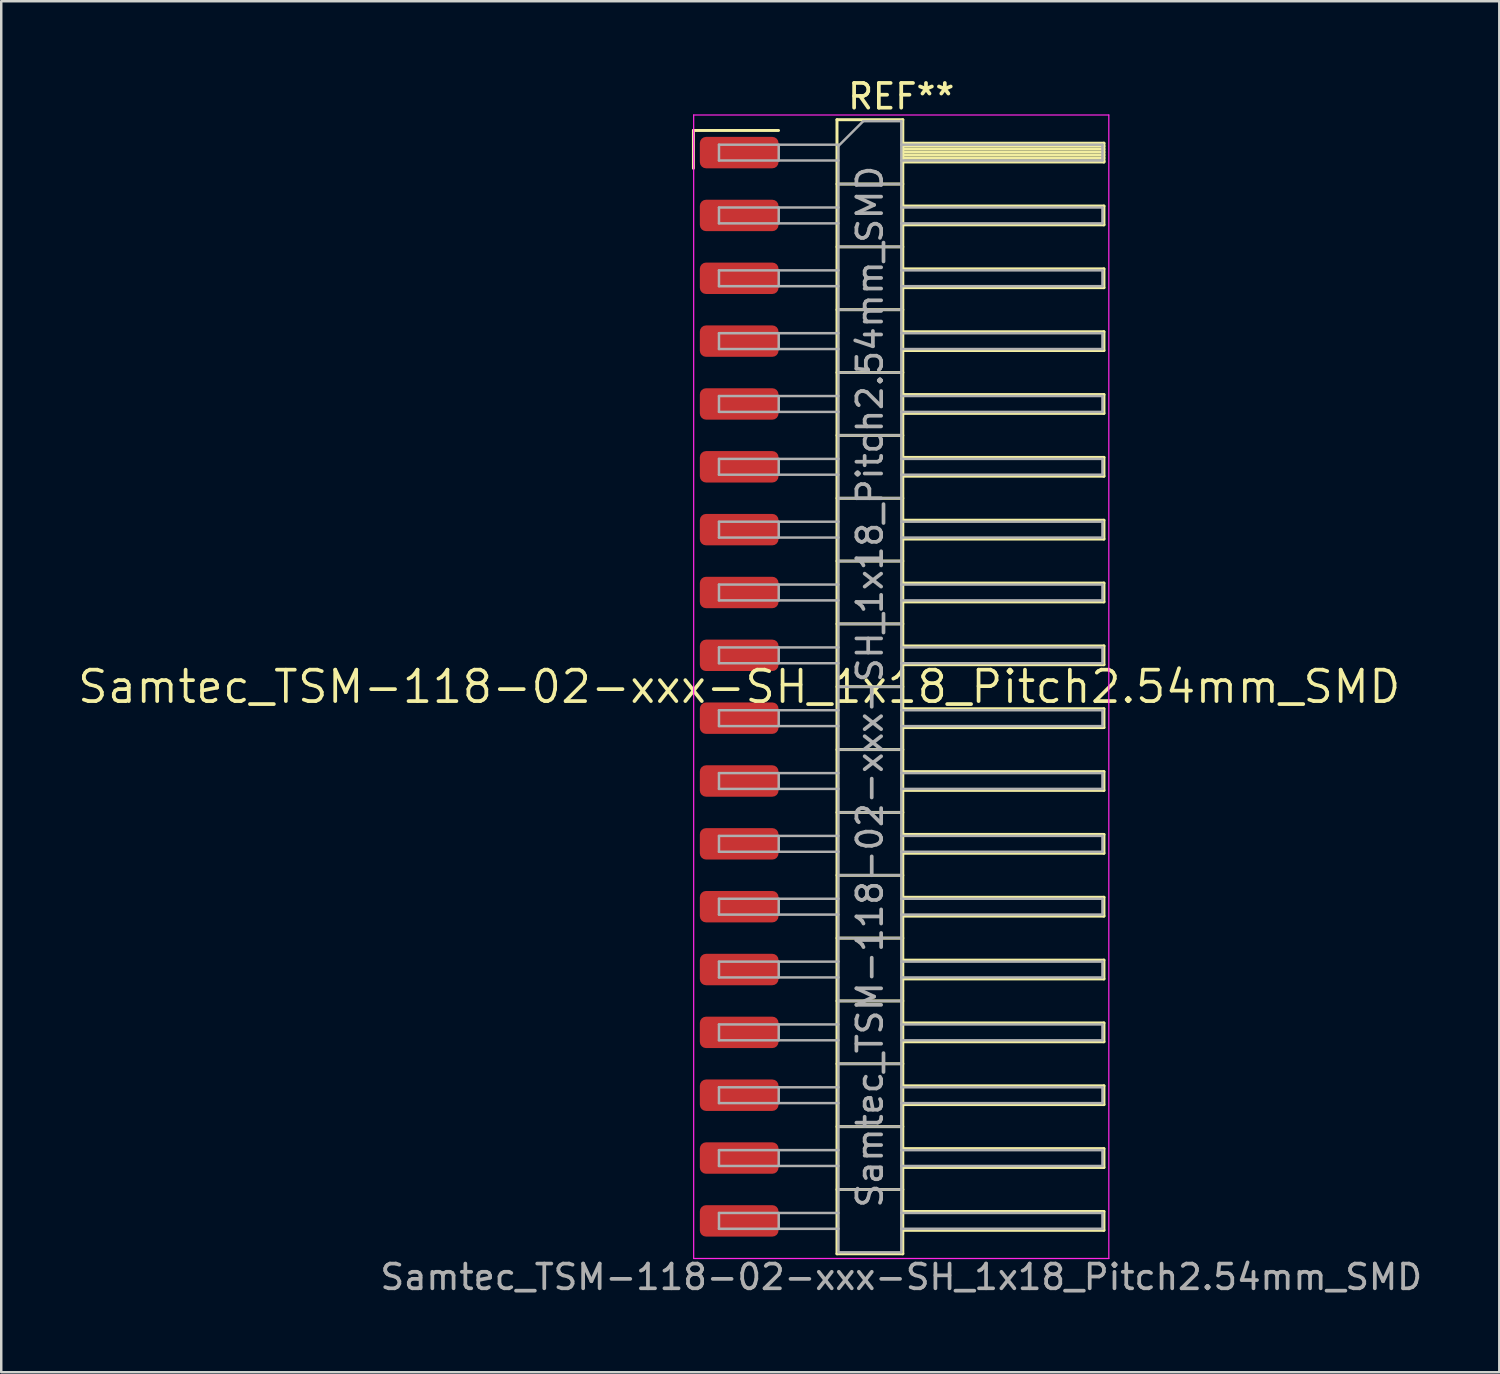
<source format=kicad_pcb>
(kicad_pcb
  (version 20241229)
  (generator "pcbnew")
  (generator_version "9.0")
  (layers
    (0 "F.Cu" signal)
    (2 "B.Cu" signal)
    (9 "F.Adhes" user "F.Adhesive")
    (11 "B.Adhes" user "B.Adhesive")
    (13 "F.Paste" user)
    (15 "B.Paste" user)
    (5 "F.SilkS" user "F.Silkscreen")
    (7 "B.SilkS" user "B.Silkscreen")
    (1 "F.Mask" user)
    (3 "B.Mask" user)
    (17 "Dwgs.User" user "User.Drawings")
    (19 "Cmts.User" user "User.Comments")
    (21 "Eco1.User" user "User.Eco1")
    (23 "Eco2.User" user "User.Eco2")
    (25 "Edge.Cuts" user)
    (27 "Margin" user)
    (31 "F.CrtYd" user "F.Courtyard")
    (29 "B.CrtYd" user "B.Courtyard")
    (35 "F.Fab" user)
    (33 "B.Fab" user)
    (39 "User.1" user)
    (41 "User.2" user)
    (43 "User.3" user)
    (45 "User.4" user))
  (footprint "Samtec_TSM-118-02-xxx-SH_1x18_Pitch2.54mm_SMD"
    (layer "F.Cu")
    (at 26.828 24.708)
    (property "Reference" "Samtec_TSM-118-02-xxx-SH_1x18_Pitch2.54mm_SMD" (at 0 0 0) (layer "F.SilkS") (effects (font (size 1.27 1.27) (thickness 0.15))))
    (attr smd)
    (fp_line (start -1.85 -22.485) (end 1.59 -22.485) (stroke (width 0.12) (type solid)) (layer "F.SilkS"))
    (fp_line (start -1.85 -20.955) (end -1.85 -22.485) (stroke (width 0.12) (type solid)) (layer "F.SilkS"))
    (fp_line (start 3.953 -22.92) (end 6.613 -22.92) (stroke (width 0.12) (type solid)) (layer "F.SilkS"))
    (fp_line (start 3.953 -20.32) (end 6.613 -20.32) (stroke (width 0.12) (type solid)) (layer "F.SilkS"))
    (fp_line (start 3.953 -17.78) (end 6.613 -17.78) (stroke (width 0.12) (type solid)) (layer "F.SilkS"))
    (fp_line (start 3.953 -15.24) (end 6.613 -15.24) (stroke (width 0.12) (type solid)) (layer "F.SilkS"))
    (fp_line (start 3.953 -12.7) (end 6.613 -12.7) (stroke (width 0.12) (type solid)) (layer "F.SilkS"))
    (fp_line (start 3.953 -10.16) (end 6.613 -10.16) (stroke (width 0.12) (type solid)) (layer "F.SilkS"))
    (fp_line (start 3.953 -7.62) (end 6.613 -7.62) (stroke (width 0.12) (type solid)) (layer "F.SilkS"))
    (fp_line (start 3.953 -5.08) (end 6.613 -5.08) (stroke (width 0.12) (type solid)) (layer "F.SilkS"))
    (fp_line (start 3.953 -2.54) (end 6.613 -2.54) (stroke (width 0.12) (type solid)) (layer "F.SilkS"))
    (fp_line (start 3.953 0) (end 6.613 0) (stroke (width 0.12) (type solid)) (layer "F.SilkS"))
    (fp_line (start 3.953 2.54) (end 6.613 2.54) (stroke (width 0.12) (type solid)) (layer "F.SilkS"))
    (fp_line (start 3.953 5.08) (end 6.613 5.08) (stroke (width 0.12) (type solid)) (layer "F.SilkS"))
    (fp_line (start 3.953 7.62) (end 6.613 7.62) (stroke (width 0.12) (type solid)) (layer "F.SilkS"))
    (fp_line (start 3.953 10.16) (end 6.613 10.16) (stroke (width 0.12) (type solid)) (layer "F.SilkS"))
    (fp_line (start 3.953 12.7) (end 6.613 12.7) (stroke (width 0.12) (type solid)) (layer "F.SilkS"))
    (fp_line (start 3.953 15.24) (end 6.613 15.24) (stroke (width 0.12) (type solid)) (layer "F.SilkS"))
    (fp_line (start 3.953 17.78) (end 6.613 17.78) (stroke (width 0.12) (type solid)) (layer "F.SilkS"))
    (fp_line (start 3.953 20.32) (end 6.613 20.32) (stroke (width 0.12) (type solid)) (layer "F.SilkS"))
    (fp_line (start 3.953 22.92) (end 3.953 -22.92) (stroke (width 0.12) (type solid)) (layer "F.SilkS"))
    (fp_line (start 6.613 -22.92) (end 6.613 22.92) (stroke (width 0.12) (type solid)) (layer "F.SilkS"))
    (fp_line (start 6.613 -21.97) (end 14.743 -21.97) (stroke (width 0.12) (type solid)) (layer "F.SilkS"))
    (fp_line (start 6.613 -21.85) (end 14.743 -21.85) (stroke (width 0.12) (type solid)) (layer "F.SilkS"))
    (fp_line (start 6.613 -21.73) (end 14.743 -21.73) (stroke (width 0.12) (type solid)) (layer "F.SilkS"))
    (fp_line (start 6.613 -21.61) (end 14.743 -21.61) (stroke (width 0.12) (type solid)) (layer "F.SilkS"))
    (fp_line (start 6.613 -21.49) (end 14.743 -21.49) (stroke (width 0.12) (type solid)) (layer "F.SilkS"))
    (fp_line (start 6.613 -21.37) (end 14.743 -21.37) (stroke (width 0.12) (type solid)) (layer "F.SilkS"))
    (fp_line (start 6.613 -21.25) (end 14.743 -21.25) (stroke (width 0.12) (type solid)) (layer "F.SilkS"))
    (fp_line (start 6.613 -21.21) (end 14.743 -21.21) (stroke (width 0.12) (type solid)) (layer "F.SilkS"))
    (fp_line (start 6.613 -19.43) (end 14.743 -19.43) (stroke (width 0.12) (type solid)) (layer "F.SilkS"))
    (fp_line (start 6.613 -18.67) (end 14.743 -18.67) (stroke (width 0.12) (type solid)) (layer "F.SilkS"))
    (fp_line (start 6.613 -16.89) (end 14.743 -16.89) (stroke (width 0.12) (type solid)) (layer "F.SilkS"))
    (fp_line (start 6.613 -16.13) (end 14.743 -16.13) (stroke (width 0.12) (type solid)) (layer "F.SilkS"))
    (fp_line (start 6.613 -14.35) (end 14.743 -14.35) (stroke (width 0.12) (type solid)) (layer "F.SilkS"))
    (fp_line (start 6.613 -13.59) (end 14.743 -13.59) (stroke (width 0.12) (type solid)) (layer "F.SilkS"))
    (fp_line (start 6.613 -11.81) (end 14.743 -11.81) (stroke (width 0.12) (type solid)) (layer "F.SilkS"))
    (fp_line (start 6.613 -11.05) (end 14.743 -11.05) (stroke (width 0.12) (type solid)) (layer "F.SilkS"))
    (fp_line (start 6.613 -9.27) (end 14.743 -9.27) (stroke (width 0.12) (type solid)) (layer "F.SilkS"))
    (fp_line (start 6.613 -8.51) (end 14.743 -8.51) (stroke (width 0.12) (type solid)) (layer "F.SilkS"))
    (fp_line (start 6.613 -6.73) (end 14.743 -6.73) (stroke (width 0.12) (type solid)) (layer "F.SilkS"))
    (fp_line (start 6.613 -5.97) (end 14.743 -5.97) (stroke (width 0.12) (type solid)) (layer "F.SilkS"))
    (fp_line (start 6.613 -4.19) (end 14.743 -4.19) (stroke (width 0.12) (type solid)) (layer "F.SilkS"))
    (fp_line (start 6.613 -3.43) (end 14.743 -3.43) (stroke (width 0.12) (type solid)) (layer "F.SilkS"))
    (fp_line (start 6.613 -1.65) (end 14.743 -1.65) (stroke (width 0.12) (type solid)) (layer "F.SilkS"))
    (fp_line (start 6.613 -0.89) (end 14.743 -0.89) (stroke (width 0.12) (type solid)) (layer "F.SilkS"))
    (fp_line (start 6.613 0.89) (end 14.743 0.89) (stroke (width 0.12) (type solid)) (layer "F.SilkS"))
    (fp_line (start 6.613 1.65) (end 14.743 1.65) (stroke (width 0.12) (type solid)) (layer "F.SilkS"))
    (fp_line (start 6.613 3.43) (end 14.743 3.43) (stroke (width 0.12) (type solid)) (layer "F.SilkS"))
    (fp_line (start 6.613 4.19) (end 14.743 4.19) (stroke (width 0.12) (type solid)) (layer "F.SilkS"))
    (fp_line (start 6.613 5.97) (end 14.743 5.97) (stroke (width 0.12) (type solid)) (layer "F.SilkS"))
    (fp_line (start 6.613 6.73) (end 14.743 6.73) (stroke (width 0.12) (type solid)) (layer "F.SilkS"))
    (fp_line (start 6.613 8.51) (end 14.743 8.51) (stroke (width 0.12) (type solid)) (layer "F.SilkS"))
    (fp_line (start 6.613 9.27) (end 14.743 9.27) (stroke (width 0.12) (type solid)) (layer "F.SilkS"))
    (fp_line (start 6.613 11.05) (end 14.743 11.05) (stroke (width 0.12) (type solid)) (layer "F.SilkS"))
    (fp_line (start 6.613 11.81) (end 14.743 11.81) (stroke (width 0.12) (type solid)) (layer "F.SilkS"))
    (fp_line (start 6.613 13.59) (end 14.743 13.59) (stroke (width 0.12) (type solid)) (layer "F.SilkS"))
    (fp_line (start 6.613 14.35) (end 14.743 14.35) (stroke (width 0.12) (type solid)) (layer "F.SilkS"))
    (fp_line (start 6.613 16.13) (end 14.743 16.13) (stroke (width 0.12) (type solid)) (layer "F.SilkS"))
    (fp_line (start 6.613 16.89) (end 14.743 16.89) (stroke (width 0.12) (type solid)) (layer "F.SilkS"))
    (fp_line (start 6.613 18.67) (end 14.743 18.67) (stroke (width 0.12) (type solid)) (layer "F.SilkS"))
    (fp_line (start 6.613 19.43) (end 14.743 19.43) (stroke (width 0.12) (type solid)) (layer "F.SilkS"))
    (fp_line (start 6.613 21.21) (end 14.743 21.21) (stroke (width 0.12) (type solid)) (layer "F.SilkS"))
    (fp_line (start 6.613 21.97) (end 14.743 21.97) (stroke (width 0.12) (type solid)) (layer "F.SilkS"))
    (fp_line (start 6.613 22.92) (end 3.953 22.92) (stroke (width 0.12) (type solid)) (layer "F.SilkS"))
    (fp_line (start 14.743 -21.97) (end 14.743 -21.21) (stroke (width 0.12) (type solid)) (layer "F.SilkS"))
    (fp_line (start 14.743 -19.43) (end 14.743 -18.67) (stroke (width 0.12) (type solid)) (layer "F.SilkS"))
    (fp_line (start 14.743 -16.89) (end 14.743 -16.13) (stroke (width 0.12) (type solid)) (layer "F.SilkS"))
    (fp_line (start 14.743 -14.35) (end 14.743 -13.59) (stroke (width 0.12) (type solid)) (layer "F.SilkS"))
    (fp_line (start 14.743 -11.81) (end 14.743 -11.05) (stroke (width 0.12) (type solid)) (layer "F.SilkS"))
    (fp_line (start 14.743 -9.27) (end 14.743 -8.51) (stroke (width 0.12) (type solid)) (layer "F.SilkS"))
    (fp_line (start 14.743 -6.73) (end 14.743 -5.97) (stroke (width 0.12) (type solid)) (layer "F.SilkS"))
    (fp_line (start 14.743 -4.19) (end 14.743 -3.43) (stroke (width 0.12) (type solid)) (layer "F.SilkS"))
    (fp_line (start 14.743 -1.65) (end 14.743 -0.89) (stroke (width 0.12) (type solid)) (layer "F.SilkS"))
    (fp_line (start 14.743 0.89) (end 14.743 1.65) (stroke (width 0.12) (type solid)) (layer "F.SilkS"))
    (fp_line (start 14.743 3.43) (end 14.743 4.19) (stroke (width 0.12) (type solid)) (layer "F.SilkS"))
    (fp_line (start 14.743 5.97) (end 14.743 6.73) (stroke (width 0.12) (type solid)) (layer "F.SilkS"))
    (fp_line (start 14.743 8.51) (end 14.743 9.27) (stroke (width 0.12) (type solid)) (layer "F.SilkS"))
    (fp_line (start 14.743 11.05) (end 14.743 11.81) (stroke (width 0.12) (type solid)) (layer "F.SilkS"))
    (fp_line (start 14.743 13.59) (end 14.743 14.35) (stroke (width 0.12) (type solid)) (layer "F.SilkS"))
    (fp_line (start 14.743 16.13) (end 14.743 16.89) (stroke (width 0.12) (type solid)) (layer "F.SilkS"))
    (fp_line (start 14.743 18.67) (end 14.743 19.43) (stroke (width 0.12) (type solid)) (layer "F.SilkS"))
    (fp_line (start 14.743 21.21) (end 14.743 21.97) (stroke (width 0.12) (type solid)) (layer "F.SilkS"))
    (fp_line (start -1.84 -23.11) (end 14.94 -23.11) (stroke (width 0.05) (type solid)) (layer "F.CrtYd"))
    (fp_line (start -1.84 23.11) (end -1.84 -23.11) (stroke (width 0.05) (type solid)) (layer "F.CrtYd"))
    (fp_line (start 14.94 -23.11) (end 14.94 23.11) (stroke (width 0.05) (type solid)) (layer "F.CrtYd"))
    (fp_line (start 14.94 23.11) (end -1.84 23.11) (stroke (width 0.05) (type solid)) (layer "F.CrtYd"))
    (fp_line (start -0.817 -21.91) (end -0.817 -21.27) (stroke (width 0.1) (type solid)) (layer "F.Fab"))
    (fp_line (start -0.817 -21.91) (end 4.013 -21.91) (stroke (width 0.1) (type solid)) (layer "F.Fab"))
    (fp_line (start -0.817 -21.27) (end 4.013 -21.27) (stroke (width 0.1) (type solid)) (layer "F.Fab"))
    (fp_line (start -0.817 -19.37) (end -0.817 -18.73) (stroke (width 0.1) (type solid)) (layer "F.Fab"))
    (fp_line (start -0.817 -19.37) (end 4.013 -19.37) (stroke (width 0.1) (type solid)) (layer "F.Fab"))
    (fp_line (start -0.817 -18.73) (end 4.013 -18.73) (stroke (width 0.1) (type solid)) (layer "F.Fab"))
    (fp_line (start -0.817 -16.83) (end -0.817 -16.19) (stroke (width 0.1) (type solid)) (layer "F.Fab"))
    (fp_line (start -0.817 -16.83) (end 4.013 -16.83) (stroke (width 0.1) (type solid)) (layer "F.Fab"))
    (fp_line (start -0.817 -16.19) (end 4.013 -16.19) (stroke (width 0.1) (type solid)) (layer "F.Fab"))
    (fp_line (start -0.817 -14.29) (end -0.817 -13.65) (stroke (width 0.1) (type solid)) (layer "F.Fab"))
    (fp_line (start -0.817 -14.29) (end 4.013 -14.29) (stroke (width 0.1) (type solid)) (layer "F.Fab"))
    (fp_line (start -0.817 -13.65) (end 4.013 -13.65) (stroke (width 0.1) (type solid)) (layer "F.Fab"))
    (fp_line (start -0.817 -11.75) (end -0.817 -11.11) (stroke (width 0.1) (type solid)) (layer "F.Fab"))
    (fp_line (start -0.817 -11.75) (end 4.013 -11.75) (stroke (width 0.1) (type solid)) (layer "F.Fab"))
    (fp_line (start -0.817 -11.11) (end 4.013 -11.11) (stroke (width 0.1) (type solid)) (layer "F.Fab"))
    (fp_line (start -0.817 -9.21) (end -0.817 -8.57) (stroke (width 0.1) (type solid)) (layer "F.Fab"))
    (fp_line (start -0.817 -9.21) (end 4.013 -9.21) (stroke (width 0.1) (type solid)) (layer "F.Fab"))
    (fp_line (start -0.817 -8.57) (end 4.013 -8.57) (stroke (width 0.1) (type solid)) (layer "F.Fab"))
    (fp_line (start -0.817 -6.67) (end -0.817 -6.03) (stroke (width 0.1) (type solid)) (layer "F.Fab"))
    (fp_line (start -0.817 -6.67) (end 4.013 -6.67) (stroke (width 0.1) (type solid)) (layer "F.Fab"))
    (fp_line (start -0.817 -6.03) (end 4.013 -6.03) (stroke (width 0.1) (type solid)) (layer "F.Fab"))
    (fp_line (start -0.817 -4.13) (end -0.817 -3.49) (stroke (width 0.1) (type solid)) (layer "F.Fab"))
    (fp_line (start -0.817 -4.13) (end 4.013 -4.13) (stroke (width 0.1) (type solid)) (layer "F.Fab"))
    (fp_line (start -0.817 -3.49) (end 4.013 -3.49) (stroke (width 0.1) (type solid)) (layer "F.Fab"))
    (fp_line (start -0.817 -1.59) (end -0.817 -0.95) (stroke (width 0.1) (type solid)) (layer "F.Fab"))
    (fp_line (start -0.817 -1.59) (end 4.013 -1.59) (stroke (width 0.1) (type solid)) (layer "F.Fab"))
    (fp_line (start -0.817 -0.95) (end 4.013 -0.95) (stroke (width 0.1) (type solid)) (layer "F.Fab"))
    (fp_line (start -0.817 0.95) (end -0.817 1.59) (stroke (width 0.1) (type solid)) (layer "F.Fab"))
    (fp_line (start -0.817 0.95) (end 4.013 0.95) (stroke (width 0.1) (type solid)) (layer "F.Fab"))
    (fp_line (start -0.817 1.59) (end 4.013 1.59) (stroke (width 0.1) (type solid)) (layer "F.Fab"))
    (fp_line (start -0.817 3.49) (end -0.817 4.13) (stroke (width 0.1) (type solid)) (layer "F.Fab"))
    (fp_line (start -0.817 3.49) (end 4.013 3.49) (stroke (width 0.1) (type solid)) (layer "F.Fab"))
    (fp_line (start -0.817 4.13) (end 4.013 4.13) (stroke (width 0.1) (type solid)) (layer "F.Fab"))
    (fp_line (start -0.817 6.03) (end -0.817 6.67) (stroke (width 0.1) (type solid)) (layer "F.Fab"))
    (fp_line (start -0.817 6.03) (end 4.013 6.03) (stroke (width 0.1) (type solid)) (layer "F.Fab"))
    (fp_line (start -0.817 6.67) (end 4.013 6.67) (stroke (width 0.1) (type solid)) (layer "F.Fab"))
    (fp_line (start -0.817 8.57) (end -0.817 9.21) (stroke (width 0.1) (type solid)) (layer "F.Fab"))
    (fp_line (start -0.817 8.57) (end 4.013 8.57) (stroke (width 0.1) (type solid)) (layer "F.Fab"))
    (fp_line (start -0.817 9.21) (end 4.013 9.21) (stroke (width 0.1) (type solid)) (layer "F.Fab"))
    (fp_line (start -0.817 11.11) (end -0.817 11.75) (stroke (width 0.1) (type solid)) (layer "F.Fab"))
    (fp_line (start -0.817 11.11) (end 4.013 11.11) (stroke (width 0.1) (type solid)) (layer "F.Fab"))
    (fp_line (start -0.817 11.75) (end 4.013 11.75) (stroke (width 0.1) (type solid)) (layer "F.Fab"))
    (fp_line (start -0.817 13.65) (end -0.817 14.29) (stroke (width 0.1) (type solid)) (layer "F.Fab"))
    (fp_line (start -0.817 13.65) (end 4.013 13.65) (stroke (width 0.1) (type solid)) (layer "F.Fab"))
    (fp_line (start -0.817 14.29) (end 4.013 14.29) (stroke (width 0.1) (type solid)) (layer "F.Fab"))
    (fp_line (start -0.817 16.19) (end -0.817 16.83) (stroke (width 0.1) (type solid)) (layer "F.Fab"))
    (fp_line (start -0.817 16.19) (end 4.013 16.19) (stroke (width 0.1) (type solid)) (layer "F.Fab"))
    (fp_line (start -0.817 16.83) (end 4.013 16.83) (stroke (width 0.1) (type solid)) (layer "F.Fab"))
    (fp_line (start -0.817 18.73) (end -0.817 19.37) (stroke (width 0.1) (type solid)) (layer "F.Fab"))
    (fp_line (start -0.817 18.73) (end 4.013 18.73) (stroke (width 0.1) (type solid)) (layer "F.Fab"))
    (fp_line (start -0.817 19.37) (end 4.013 19.37) (stroke (width 0.1) (type solid)) (layer "F.Fab"))
    (fp_line (start -0.817 21.27) (end -0.817 21.91) (stroke (width 0.1) (type solid)) (layer "F.Fab"))
    (fp_line (start -0.817 21.27) (end 4.013 21.27) (stroke (width 0.1) (type solid)) (layer "F.Fab"))
    (fp_line (start -0.817 21.91) (end 4.013 21.91) (stroke (width 0.1) (type solid)) (layer "F.Fab"))
    (fp_line (start 1.598 -21.91) (end 1.598 -21.27) (stroke (width 0.1) (type solid)) (layer "F.Fab"))
    (fp_line (start 1.598 -19.37) (end 1.598 -18.73) (stroke (width 0.1) (type solid)) (layer "F.Fab"))
    (fp_line (start 1.598 -16.83) (end 1.598 -16.19) (stroke (width 0.1) (type solid)) (layer "F.Fab"))
    (fp_line (start 1.598 -14.29) (end 1.598 -13.65) (stroke (width 0.1) (type solid)) (layer "F.Fab"))
    (fp_line (start 1.598 -11.75) (end 1.598 -11.11) (stroke (width 0.1) (type solid)) (layer "F.Fab"))
    (fp_line (start 1.598 -9.21) (end 1.598 -8.57) (stroke (width 0.1) (type solid)) (layer "F.Fab"))
    (fp_line (start 1.598 -6.67) (end 1.598 -6.03) (stroke (width 0.1) (type solid)) (layer "F.Fab"))
    (fp_line (start 1.598 -4.13) (end 1.598 -3.49) (stroke (width 0.1) (type solid)) (layer "F.Fab"))
    (fp_line (start 1.598 -1.59) (end 1.598 -0.95) (stroke (width 0.1) (type solid)) (layer "F.Fab"))
    (fp_line (start 1.598 0.95) (end 1.598 1.59) (stroke (width 0.1) (type solid)) (layer "F.Fab"))
    (fp_line (start 1.598 3.49) (end 1.598 4.13) (stroke (width 0.1) (type solid)) (layer "F.Fab"))
    (fp_line (start 1.598 6.03) (end 1.598 6.67) (stroke (width 0.1) (type solid)) (layer "F.Fab"))
    (fp_line (start 1.598 8.57) (end 1.598 9.21) (stroke (width 0.1) (type solid)) (layer "F.Fab"))
    (fp_line (start 1.598 11.11) (end 1.598 11.75) (stroke (width 0.1) (type solid)) (layer "F.Fab"))
    (fp_line (start 1.598 13.65) (end 1.598 14.29) (stroke (width 0.1) (type solid)) (layer "F.Fab"))
    (fp_line (start 1.598 16.19) (end 1.598 16.83) (stroke (width 0.1) (type solid)) (layer "F.Fab"))
    (fp_line (start 1.598 18.73) (end 1.598 19.37) (stroke (width 0.1) (type solid)) (layer "F.Fab"))
    (fp_line (start 1.598 21.27) (end 1.598 21.91) (stroke (width 0.1) (type solid)) (layer "F.Fab"))
    (fp_line (start 4.013 -21.86) (end 5.013 -22.86) (stroke (width 0.1) (type solid)) (layer "F.Fab"))
    (fp_line (start 4.013 -20.32) (end 6.553 -20.32) (stroke (width 0.1) (type solid)) (layer "F.Fab"))
    (fp_line (start 4.013 -17.78) (end 6.553 -17.78) (stroke (width 0.1) (type solid)) (layer "F.Fab"))
    (fp_line (start 4.013 -15.24) (end 6.553 -15.24) (stroke (width 0.1) (type solid)) (layer "F.Fab"))
    (fp_line (start 4.013 -12.7) (end 6.553 -12.7) (stroke (width 0.1) (type solid)) (layer "F.Fab"))
    (fp_line (start 4.013 -10.16) (end 6.553 -10.16) (stroke (width 0.1) (type solid)) (layer "F.Fab"))
    (fp_line (start 4.013 -7.62) (end 6.553 -7.62) (stroke (width 0.1) (type solid)) (layer "F.Fab"))
    (fp_line (start 4.013 -5.08) (end 6.553 -5.08) (stroke (width 0.1) (type solid)) (layer "F.Fab"))
    (fp_line (start 4.013 -2.54) (end 6.553 -2.54) (stroke (width 0.1) (type solid)) (layer "F.Fab"))
    (fp_line (start 4.013 0) (end 6.553 0) (stroke (width 0.1) (type solid)) (layer "F.Fab"))
    (fp_line (start 4.013 2.54) (end 6.553 2.54) (stroke (width 0.1) (type solid)) (layer "F.Fab"))
    (fp_line (start 4.013 5.08) (end 6.553 5.08) (stroke (width 0.1) (type solid)) (layer "F.Fab"))
    (fp_line (start 4.013 7.62) (end 6.553 7.62) (stroke (width 0.1) (type solid)) (layer "F.Fab"))
    (fp_line (start 4.013 10.16) (end 6.553 10.16) (stroke (width 0.1) (type solid)) (layer "F.Fab"))
    (fp_line (start 4.013 12.7) (end 6.553 12.7) (stroke (width 0.1) (type solid)) (layer "F.Fab"))
    (fp_line (start 4.013 15.24) (end 6.553 15.24) (stroke (width 0.1) (type solid)) (layer "F.Fab"))
    (fp_line (start 4.013 17.78) (end 6.553 17.78) (stroke (width 0.1) (type solid)) (layer "F.Fab"))
    (fp_line (start 4.013 20.32) (end 6.553 20.32) (stroke (width 0.1) (type solid)) (layer "F.Fab"))
    (fp_line (start 4.013 22.86) (end 4.013 -21.86) (stroke (width 0.1) (type solid)) (layer "F.Fab"))
    (fp_line (start 5.013 -22.86) (end 6.553 -22.86) (stroke (width 0.1) (type solid)) (layer "F.Fab"))
    (fp_line (start 6.553 -22.86) (end 6.553 22.86) (stroke (width 0.1) (type solid)) (layer "F.Fab"))
    (fp_line (start 6.553 -21.91) (end 14.683 -21.91) (stroke (width 0.1) (type solid)) (layer "F.Fab"))
    (fp_line (start 6.553 -21.27) (end 14.683 -21.27) (stroke (width 0.1) (type solid)) (layer "F.Fab"))
    (fp_line (start 6.553 -19.37) (end 14.683 -19.37) (stroke (width 0.1) (type solid)) (layer "F.Fab"))
    (fp_line (start 6.553 -18.73) (end 14.683 -18.73) (stroke (width 0.1) (type solid)) (layer "F.Fab"))
    (fp_line (start 6.553 -16.83) (end 14.683 -16.83) (stroke (width 0.1) (type solid)) (layer "F.Fab"))
    (fp_line (start 6.553 -16.19) (end 14.683 -16.19) (stroke (width 0.1) (type solid)) (layer "F.Fab"))
    (fp_line (start 6.553 -14.29) (end 14.683 -14.29) (stroke (width 0.1) (type solid)) (layer "F.Fab"))
    (fp_line (start 6.553 -13.65) (end 14.683 -13.65) (stroke (width 0.1) (type solid)) (layer "F.Fab"))
    (fp_line (start 6.553 -11.75) (end 14.683 -11.75) (stroke (width 0.1) (type solid)) (layer "F.Fab"))
    (fp_line (start 6.553 -11.11) (end 14.683 -11.11) (stroke (width 0.1) (type solid)) (layer "F.Fab"))
    (fp_line (start 6.553 -9.21) (end 14.683 -9.21) (stroke (width 0.1) (type solid)) (layer "F.Fab"))
    (fp_line (start 6.553 -8.57) (end 14.683 -8.57) (stroke (width 0.1) (type solid)) (layer "F.Fab"))
    (fp_line (start 6.553 -6.67) (end 14.683 -6.67) (stroke (width 0.1) (type solid)) (layer "F.Fab"))
    (fp_line (start 6.553 -6.03) (end 14.683 -6.03) (stroke (width 0.1) (type solid)) (layer "F.Fab"))
    (fp_line (start 6.553 -4.13) (end 14.683 -4.13) (stroke (width 0.1) (type solid)) (layer "F.Fab"))
    (fp_line (start 6.553 -3.49) (end 14.683 -3.49) (stroke (width 0.1) (type solid)) (layer "F.Fab"))
    (fp_line (start 6.553 -1.59) (end 14.683 -1.59) (stroke (width 0.1) (type solid)) (layer "F.Fab"))
    (fp_line (start 6.553 -0.95) (end 14.683 -0.95) (stroke (width 0.1) (type solid)) (layer "F.Fab"))
    (fp_line (start 6.553 0.95) (end 14.683 0.95) (stroke (width 0.1) (type solid)) (layer "F.Fab"))
    (fp_line (start 6.553 1.59) (end 14.683 1.59) (stroke (width 0.1) (type solid)) (layer "F.Fab"))
    (fp_line (start 6.553 3.49) (end 14.683 3.49) (stroke (width 0.1) (type solid)) (layer "F.Fab"))
    (fp_line (start 6.553 4.13) (end 14.683 4.13) (stroke (width 0.1) (type solid)) (layer "F.Fab"))
    (fp_line (start 6.553 6.03) (end 14.683 6.03) (stroke (width 0.1) (type solid)) (layer "F.Fab"))
    (fp_line (start 6.553 6.67) (end 14.683 6.67) (stroke (width 0.1) (type solid)) (layer "F.Fab"))
    (fp_line (start 6.553 8.57) (end 14.683 8.57) (stroke (width 0.1) (type solid)) (layer "F.Fab"))
    (fp_line (start 6.553 9.21) (end 14.683 9.21) (stroke (width 0.1) (type solid)) (layer "F.Fab"))
    (fp_line (start 6.553 11.11) (end 14.683 11.11) (stroke (width 0.1) (type solid)) (layer "F.Fab"))
    (fp_line (start 6.553 11.75) (end 14.683 11.75) (stroke (width 0.1) (type solid)) (layer "F.Fab"))
    (fp_line (start 6.553 13.65) (end 14.683 13.65) (stroke (width 0.1) (type solid)) (layer "F.Fab"))
    (fp_line (start 6.553 14.29) (end 14.683 14.29) (stroke (width 0.1) (type solid)) (layer "F.Fab"))
    (fp_line (start 6.553 16.19) (end 14.683 16.19) (stroke (width 0.1) (type solid)) (layer "F.Fab"))
    (fp_line (start 6.553 16.83) (end 14.683 16.83) (stroke (width 0.1) (type solid)) (layer "F.Fab"))
    (fp_line (start 6.553 18.73) (end 14.683 18.73) (stroke (width 0.1) (type solid)) (layer "F.Fab"))
    (fp_line (start 6.553 19.37) (end 14.683 19.37) (stroke (width 0.1) (type solid)) (layer "F.Fab"))
    (fp_line (start 6.553 21.27) (end 14.683 21.27) (stroke (width 0.1) (type solid)) (layer "F.Fab"))
    (fp_line (start 6.553 21.91) (end 14.683 21.91) (stroke (width 0.1) (type solid)) (layer "F.Fab"))
    (fp_line (start 6.553 22.86) (end 4.013 22.86) (stroke (width 0.1) (type solid)) (layer "F.Fab"))
    (fp_line (start 14.683 -21.91) (end 14.683 -21.27) (stroke (width 0.1) (type solid)) (layer "F.Fab"))
    (fp_line (start 14.683 -19.37) (end 14.683 -18.73) (stroke (width 0.1) (type solid)) (layer "F.Fab"))
    (fp_line (start 14.683 -16.83) (end 14.683 -16.19) (stroke (width 0.1) (type solid)) (layer "F.Fab"))
    (fp_line (start 14.683 -14.29) (end 14.683 -13.65) (stroke (width 0.1) (type solid)) (layer "F.Fab"))
    (fp_line (start 14.683 -11.75) (end 14.683 -11.11) (stroke (width 0.1) (type solid)) (layer "F.Fab"))
    (fp_line (start 14.683 -9.21) (end 14.683 -8.57) (stroke (width 0.1) (type solid)) (layer "F.Fab"))
    (fp_line (start 14.683 -6.67) (end 14.683 -6.03) (stroke (width 0.1) (type solid)) (layer "F.Fab"))
    (fp_line (start 14.683 -4.13) (end 14.683 -3.49) (stroke (width 0.1) (type solid)) (layer "F.Fab"))
    (fp_line (start 14.683 -1.59) (end 14.683 -0.95) (stroke (width 0.1) (type solid)) (layer "F.Fab"))
    (fp_line (start 14.683 0.95) (end 14.683 1.59) (stroke (width 0.1) (type solid)) (layer "F.Fab"))
    (fp_line (start 14.683 3.49) (end 14.683 4.13) (stroke (width 0.1) (type solid)) (layer "F.Fab"))
    (fp_line (start 14.683 6.03) (end 14.683 6.67) (stroke (width 0.1) (type solid)) (layer "F.Fab"))
    (fp_line (start 14.683 8.57) (end 14.683 9.21) (stroke (width 0.1) (type solid)) (layer "F.Fab"))
    (fp_line (start 14.683 11.11) (end 14.683 11.75) (stroke (width 0.1) (type solid)) (layer "F.Fab"))
    (fp_line (start 14.683 13.65) (end 14.683 14.29) (stroke (width 0.1) (type solid)) (layer "F.Fab"))
    (fp_line (start 14.683 16.19) (end 14.683 16.83) (stroke (width 0.1) (type solid)) (layer "F.Fab"))
    (fp_line (start 14.683 18.73) (end 14.683 19.37) (stroke (width 0.1) (type solid)) (layer "F.Fab"))
    (fp_line (start 14.683 21.27) (end 14.683 21.91) (stroke (width 0.1) (type solid)) (layer "F.Fab"))
    (fp_text user "REF**" (at 6.55 -23.86 0) (layer "F.SilkS") (effects (font (size 1 1) (thickness 0.15))))
    (fp_text user "${REFERENCE}" (at 5.283 0 90) (layer "F.Fab") (effects (font (size 1 1) (thickness 0.15))))
    (fp_text user "Samtec_TSM-118-02-xxx-SH_1x18_Pitch2.54mm_SMD" (at 6.55 23.86 0) (layer "F.Fab") (effects (font (size 1 1) (thickness 0.15))))
    (pad "1" smd roundrect (at 0 -21.59) (size 3.18 1.27) (layers "F.Cu" "F.Mask" "F.Paste") (roundrect_rratio 0.197))
    (pad "2" smd roundrect (at 0 -19.05) (size 3.18 1.27) (layers "F.Cu" "F.Mask" "F.Paste") (roundrect_rratio 0.197))
    (pad "3" smd roundrect (at 0 -16.51) (size 3.18 1.27) (layers "F.Cu" "F.Mask" "F.Paste") (roundrect_rratio 0.197))
    (pad "4" smd roundrect (at 0 -13.97) (size 3.18 1.27) (layers "F.Cu" "F.Mask" "F.Paste") (roundrect_rratio 0.197))
    (pad "5" smd roundrect (at 0 -11.43) (size 3.18 1.27) (layers "F.Cu" "F.Mask" "F.Paste") (roundrect_rratio 0.197))
    (pad "6" smd roundrect (at 0 -8.89) (size 3.18 1.27) (layers "F.Cu" "F.Mask" "F.Paste") (roundrect_rratio 0.197))
    (pad "7" smd roundrect (at 0 -6.35) (size 3.18 1.27) (layers "F.Cu" "F.Mask" "F.Paste") (roundrect_rratio 0.197))
    (pad "8" smd roundrect (at 0 -3.81) (size 3.18 1.27) (layers "F.Cu" "F.Mask" "F.Paste") (roundrect_rratio 0.197))
    (pad "9" smd roundrect (at 0 -1.27) (size 3.18 1.27) (layers "F.Cu" "F.Mask" "F.Paste") (roundrect_rratio 0.197))
    (pad "10" smd roundrect (at 0 1.27) (size 3.18 1.27) (layers "F.Cu" "F.Mask" "F.Paste") (roundrect_rratio 0.197))
    (pad "11" smd roundrect (at 0 3.81) (size 3.18 1.27) (layers "F.Cu" "F.Mask" "F.Paste") (roundrect_rratio 0.197))
    (pad "12" smd roundrect (at 0 6.35) (size 3.18 1.27) (layers "F.Cu" "F.Mask" "F.Paste") (roundrect_rratio 0.197))
    (pad "13" smd roundrect (at 0 8.89) (size 3.18 1.27) (layers "F.Cu" "F.Mask" "F.Paste") (roundrect_rratio 0.197))
    (pad "14" smd roundrect (at 0 11.43) (size 3.18 1.27) (layers "F.Cu" "F.Mask" "F.Paste") (roundrect_rratio 0.197))
    (pad "15" smd roundrect (at 0 13.97) (size 3.18 1.27) (layers "F.Cu" "F.Mask" "F.Paste") (roundrect_rratio 0.197))
    (pad "16" smd roundrect (at 0 16.51) (size 3.18 1.27) (layers "F.Cu" "F.Mask" "F.Paste") (roundrect_rratio 0.197))
    (pad "17" smd roundrect (at 0 19.05) (size 3.18 1.27) (layers "F.Cu" "F.Mask" "F.Paste") (roundrect_rratio 0.197))
    (pad "18" smd roundrect (at 0 21.59) (size 3.18 1.27) (layers "F.Cu" "F.Mask" "F.Paste") (roundrect_rratio 0.197)))
  (gr_rect
    (start -3 -3)
    (end 57.551 52.416)
    (stroke (width 0.1) (type default))
    (fill no)
    (layer "Edge.Cuts")))
</source>
